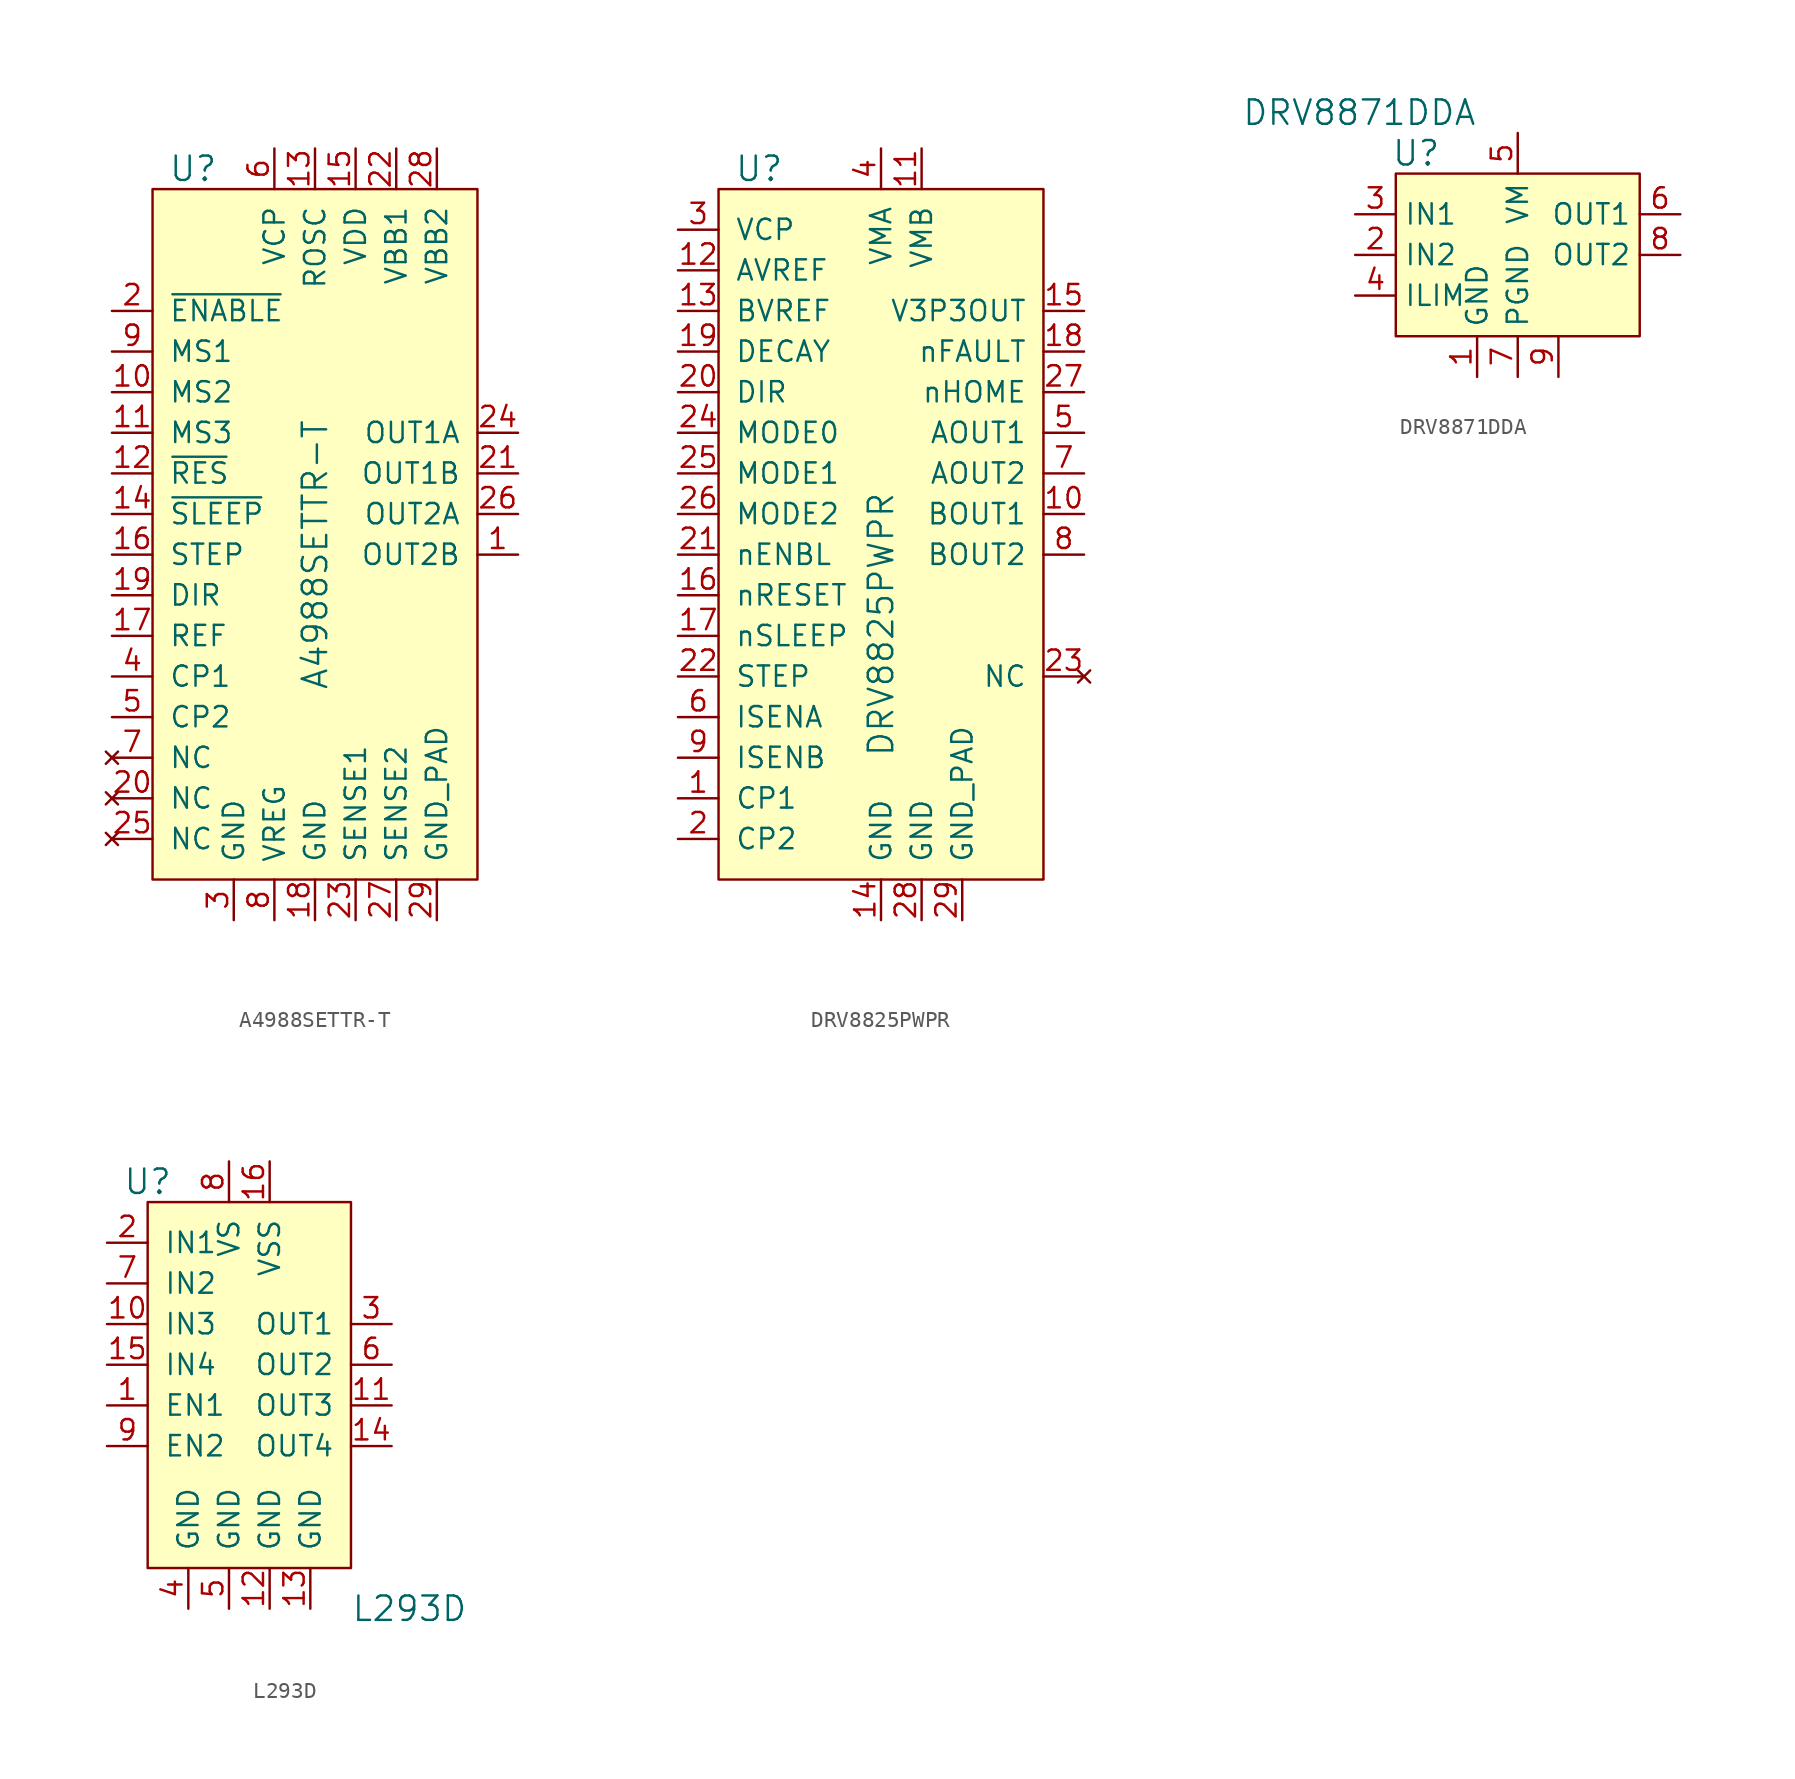
<source format=kicad_sym>
(kicad_symbol_lib
  (version 20231120)
  (generator "kicad_symbol_editor")
  (generator_version "8.0")
  (symbol "A4988SETTR-T"
    (pin_names
      (offset 1.016))
    (property "Reference" "U"
      (at -7.62 21.59 0)
      (effects (font (size 1.524 1.524))))
    (property "Value" "A4988SETTR-T"
      (at 0 -2.54 90)
      (effects (font (size 1.524 1.524))))
    (symbol "A4988SETTR-T_0_1"
      (rectangle (start -10.16 20.32) (end 10.16 -22.86) (stroke (width 0) (type default)) (fill (type background))))
    (symbol "A4988SETTR-T_1_1"
      (pin output line (at 12.7 -2.54 180) (length 2.54) (name "OUT2B" (effects (font (size 1.27 1.27)))) (number "1" (effects (font (size 1.27 1.27)))))
      (pin input line (at -12.7 7.62 0) (length 2.54) (name "MS2" (effects (font (size 1.27 1.27)))) (number "10" (effects (font (size 1.27 1.27)))))
      (pin input line (at -12.7 5.08 0) (length 2.54) (name "MS3" (effects (font (size 1.27 1.27)))) (number "11" (effects (font (size 1.27 1.27)))))
      (pin input line (at -12.7 2.54 0) (length 2.54) (name "~{RES}" (effects (font (size 1.27 1.27)))) (number "12" (effects (font (size 1.27 1.27)))))
      (pin power_in line (at 0 22.86 270) (length 2.54) (name "ROSC" (effects (font (size 1.27 1.27)))) (number "13" (effects (font (size 1.27 1.27)))))
      (pin input line (at -12.7 0 0) (length 2.54) (name "~{SLEEP}" (effects (font (size 1.27 1.27)))) (number "14" (effects (font (size 1.27 1.27)))))
      (pin power_in line (at 2.54 22.86 270) (length 2.54) (name "VDD" (effects (font (size 1.27 1.27)))) (number "15" (effects (font (size 1.27 1.27)))))
      (pin input line (at -12.7 -2.54 0) (length 2.54) (name "STEP" (effects (font (size 1.27 1.27)))) (number "16" (effects (font (size 1.27 1.27)))))
      (pin input line (at -12.7 -7.62 0) (length 2.54) (name "REF" (effects (font (size 1.27 1.27)))) (number "17" (effects (font (size 1.27 1.27)))))
      (pin power_in line (at 0 -25.4 90) (length 2.54) (name "GND" (effects (font (size 1.27 1.27)))) (number "18" (effects (font (size 1.27 1.27)))))
      (pin input line (at -12.7 -5.08 0) (length 2.54) (name "DIR" (effects (font (size 1.27 1.27)))) (number "19" (effects (font (size 1.27 1.27)))))
      (pin input line (at -12.7 12.7 0) (length 2.54) (name "~{ENABLE}" (effects (font (size 1.27 1.27)))) (number "2" (effects (font (size 1.27 1.27)))))
      (pin no_connect line (at -12.7 -17.78 0) (length 2.54) (name "NC" (effects (font (size 1.27 1.27)))) (number "20" (effects (font (size 1.27 1.27)))))
      (pin output line (at 12.7 2.54 180) (length 2.54) (name "OUT1B" (effects (font (size 1.27 1.27)))) (number "21" (effects (font (size 1.27 1.27)))))
      (pin power_in line (at 5.08 22.86 270) (length 2.54) (name "VBB1" (effects (font (size 1.27 1.27)))) (number "22" (effects (font (size 1.27 1.27)))))
      (pin power_in line (at 2.54 -25.4 90) (length 2.54) (name "SENSE1" (effects (font (size 1.27 1.27)))) (number "23" (effects (font (size 1.27 1.27)))))
      (pin output line (at 12.7 5.08 180) (length 2.54) (name "OUT1A" (effects (font (size 1.27 1.27)))) (number "24" (effects (font (size 1.27 1.27)))))
      (pin no_connect line (at -12.7 -20.32 0) (length 2.54) (name "NC" (effects (font (size 1.27 1.27)))) (number "25" (effects (font (size 1.27 1.27)))))
      (pin output line (at 12.7 0 180) (length 2.54) (name "OUT2A" (effects (font (size 1.27 1.27)))) (number "26" (effects (font (size 1.27 1.27)))))
      (pin power_in line (at 5.08 -25.4 90) (length 2.54) (name "SENSE2" (effects (font (size 1.27 1.27)))) (number "27" (effects (font (size 1.27 1.27)))))
      (pin power_in line (at 7.62 22.86 270) (length 2.54) (name "VBB2" (effects (font (size 1.27 1.27)))) (number "28" (effects (font (size 1.27 1.27)))))
      (pin power_in line (at 7.62 -25.4 90) (length 2.54) (name "GND_PAD" (effects (font (size 1.27 1.27)))) (number "29" (effects (font (size 1.27 1.27)))))
      (pin power_in line (at -5.08 -25.4 90) (length 2.54) (name "GND" (effects (font (size 1.27 1.27)))) (number "3" (effects (font (size 1.27 1.27)))))
      (pin passive line (at -12.7 -10.16 0) (length 2.54) (name "CP1" (effects (font (size 1.27 1.27)))) (number "4" (effects (font (size 1.27 1.27)))))
      (pin passive line (at -12.7 -12.7 0) (length 2.54) (name "CP2" (effects (font (size 1.27 1.27)))) (number "5" (effects (font (size 1.27 1.27)))))
      (pin power_in line (at -2.54 22.86 270) (length 2.54) (name "VCP" (effects (font (size 1.27 1.27)))) (number "6" (effects (font (size 1.27 1.27)))))
      (pin no_connect line (at -12.7 -15.24 0) (length 2.54) (name "NC" (effects (font (size 1.27 1.27)))) (number "7" (effects (font (size 1.27 1.27)))))
      (pin power_in line (at -2.54 -25.4 90) (length 2.54) (name "VREG" (effects (font (size 1.27 1.27)))) (number "8" (effects (font (size 1.27 1.27)))))
      (pin input line (at -12.7 10.16 0) (length 2.54) (name "MS1" (effects (font (size 1.27 1.27)))) (number "9" (effects (font (size 1.27 1.27)))))))
  (symbol "DRV8825PWPR"
    (pin_names
      (offset 1.016))
    (property "Reference" "U"
      (at -5.08 16.51 0)
      (effects (font (size 1.524 1.524))))
    (property "Value" "DRV8825PWPR"
      (at 2.54 -20.32 90)
      (effects (font (size 1.524 1.524)) (justify left)))
    (symbol "DRV8825PWPR_0_1"
      (rectangle (start -7.62 15.24) (end 12.7 -27.94) (stroke (width 0) (type default)) (fill (type background))))
    (symbol "DRV8825PWPR_1_1"
      (pin passive line (at -10.16 -22.86 0) (length 2.54) (name "CP1" (effects (font (size 1.27 1.27)))) (number "1" (effects (font (size 1.27 1.27)))))
      (pin output line (at 15.24 -5.08 180) (length 2.54) (name "BOUT1" (effects (font (size 1.27 1.27)))) (number "10" (effects (font (size 1.27 1.27)))))
      (pin power_in line (at 5.08 17.78 270) (length 2.54) (name "VMB" (effects (font (size 1.27 1.27)))) (number "11" (effects (font (size 1.27 1.27)))))
      (pin input line (at -10.16 10.16 0) (length 2.54) (name "AVREF" (effects (font (size 1.27 1.27)))) (number "12" (effects (font (size 1.27 1.27)))))
      (pin input line (at -10.16 7.62 0) (length 2.54) (name "BVREF" (effects (font (size 1.27 1.27)))) (number "13" (effects (font (size 1.27 1.27)))))
      (pin power_in line (at 2.54 -30.48 90) (length 2.54) (name "GND" (effects (font (size 1.27 1.27)))) (number "14" (effects (font (size 1.27 1.27)))))
      (pin output line (at 15.24 7.62 180) (length 2.54) (name "V3P3OUT" (effects (font (size 1.27 1.27)))) (number "15" (effects (font (size 1.27 1.27)))))
      (pin input line (at -10.16 -10.16 0) (length 2.54) (name "nRESET" (effects (font (size 1.27 1.27)))) (number "16" (effects (font (size 1.27 1.27)))))
      (pin input line (at -10.16 -12.7 0) (length 2.54) (name "nSLEEP" (effects (font (size 1.27 1.27)))) (number "17" (effects (font (size 1.27 1.27)))))
      (pin output line (at 15.24 5.08 180) (length 2.54) (name "nFAULT" (effects (font (size 1.27 1.27)))) (number "18" (effects (font (size 1.27 1.27)))))
      (pin input line (at -10.16 5.08 0) (length 2.54) (name "DECAY" (effects (font (size 1.27 1.27)))) (number "19" (effects (font (size 1.27 1.27)))))
      (pin passive line (at -10.16 -25.4 0) (length 2.54) (name "CP2" (effects (font (size 1.27 1.27)))) (number "2" (effects (font (size 1.27 1.27)))))
      (pin input line (at -10.16 2.54 0) (length 2.54) (name "DIR" (effects (font (size 1.27 1.27)))) (number "20" (effects (font (size 1.27 1.27)))))
      (pin input line (at -10.16 -7.62 0) (length 2.54) (name "nENBL" (effects (font (size 1.27 1.27)))) (number "21" (effects (font (size 1.27 1.27)))))
      (pin input line (at -10.16 -15.24 0) (length 2.54) (name "STEP" (effects (font (size 1.27 1.27)))) (number "22" (effects (font (size 1.27 1.27)))))
      (pin no_connect line (at 15.24 -15.24 180) (length 2.54) (name "NC" (effects (font (size 1.27 1.27)))) (number "23" (effects (font (size 1.27 1.27)))))
      (pin input line (at -10.16 0 0) (length 2.54) (name "MODE0" (effects (font (size 1.27 1.27)))) (number "24" (effects (font (size 1.27 1.27)))))
      (pin input line (at -10.16 -2.54 0) (length 2.54) (name "MODE1" (effects (font (size 1.27 1.27)))) (number "25" (effects (font (size 1.27 1.27)))))
      (pin input line (at -10.16 -5.08 0) (length 2.54) (name "MODE2" (effects (font (size 1.27 1.27)))) (number "26" (effects (font (size 1.27 1.27)))))
      (pin output line (at 15.24 2.54 180) (length 2.54) (name "nHOME" (effects (font (size 1.27 1.27)))) (number "27" (effects (font (size 1.27 1.27)))))
      (pin power_in line (at 5.08 -30.48 90) (length 2.54) (name "GND" (effects (font (size 1.27 1.27)))) (number "28" (effects (font (size 1.27 1.27)))))
      (pin power_in line (at 7.62 -30.48 90) (length 2.54) (name "GND_PAD" (effects (font (size 1.27 1.27)))) (number "29" (effects (font (size 1.27 1.27)))))
      (pin bidirectional line (at -10.16 12.7 0) (length 2.54) (name "VCP" (effects (font (size 1.27 1.27)))) (number "3" (effects (font (size 1.27 1.27)))))
      (pin power_in line (at 2.54 17.78 270) (length 2.54) (name "VMA" (effects (font (size 1.27 1.27)))) (number "4" (effects (font (size 1.27 1.27)))))
      (pin output line (at 15.24 0 180) (length 2.54) (name "AOUT1" (effects (font (size 1.27 1.27)))) (number "5" (effects (font (size 1.27 1.27)))))
      (pin bidirectional line (at -10.16 -17.78 0) (length 2.54) (name "ISENA" (effects (font (size 1.27 1.27)))) (number "6" (effects (font (size 1.27 1.27)))))
      (pin output line (at 15.24 -2.54 180) (length 2.54) (name "AOUT2" (effects (font (size 1.27 1.27)))) (number "7" (effects (font (size 1.27 1.27)))))
      (pin output line (at 15.24 -7.62 180) (length 2.54) (name "BOUT2" (effects (font (size 1.27 1.27)))) (number "8" (effects (font (size 1.27 1.27)))))
      (pin bidirectional line (at -10.16 -20.32 0) (length 2.54) (name "ISENB" (effects (font (size 1.27 1.27)))) (number "9" (effects (font (size 1.27 1.27)))))))
  (symbol "DRV8871DDA"
    (property "Reference" "U"
      (at -6.35 3.81 0)
      (effects (font (size 1.524 1.524))))
    (property "Value" "DRV8871DDA"
      (at -2.54 6.35 0)
      (effects (font (size 1.524 1.524)) (justify right)))
    (symbol "DRV8871DDA_0_1"
      (rectangle (start -7.62 2.54) (end 7.62 -7.62) (stroke (width 0) (type default)) (fill (type background))))
    (symbol "DRV8871DDA_1_1"
      (pin power_in line (at -2.54 -10.16 90) (length 2.54) (name "GND" (effects (font (size 1.27 1.27)))) (number "1" (effects (font (size 1.27 1.27)))))
      (pin input line (at -10.16 -2.54 0) (length 2.54) (name "IN2" (effects (font (size 1.27 1.27)))) (number "2" (effects (font (size 1.27 1.27)))))
      (pin input line (at -10.16 0 0) (length 2.54) (name "IN1" (effects (font (size 1.27 1.27)))) (number "3" (effects (font (size 1.27 1.27)))))
      (pin input line (at -10.16 -5.08 0) (length 2.54) (name "ILIM" (effects (font (size 1.27 1.27)))) (number "4" (effects (font (size 1.27 1.27)))))
      (pin power_in line (at 0 5.08 270) (length 2.54) (name "VM" (effects (font (size 1.27 1.27)))) (number "5" (effects (font (size 1.27 1.27)))))
      (pin output line (at 10.16 0 180) (length 2.54) (name "OUT1" (effects (font (size 1.27 1.27)))) (number "6" (effects (font (size 1.27 1.27)))))
      (pin power_in line (at 0 -10.16 90) (length 2.54) (name "PGND" (effects (font (size 1.27 1.27)))) (number "7" (effects (font (size 1.27 1.27)))))
      (pin output line (at 10.16 -2.54 180) (length 2.54) (name "OUT2" (effects (font (size 1.27 1.27)))) (number "8" (effects (font (size 1.27 1.27)))))
      (pin unspecified line (at 2.54 -10.16 90) (length 2.54) (name "~" (effects (font (size 1.27 1.27)))) (number "9" (effects (font (size 1.27 1.27)))))))
  (symbol "L293D"
    (pin_names
      (offset 1.016))
    (property "Reference" "U"
      (at -5.08 11.43 0)
      (effects (font (size 1.524 1.524))))
    (property "Value" "L293D"
      (at 7.62 -15.24 0)
      (effects (font (size 1.524 1.524)) (justify left)))
    (symbol "L293D_0_1"
      (rectangle (start -5.08 10.16) (end 7.62 -12.7) (stroke (width 0) (type default)) (fill (type background))))
    (symbol "L293D_1_1"
      (pin input line (at -7.62 -2.54 0) (length 2.54) (name "EN1" (effects (font (size 1.27 1.27)))) (number "1" (effects (font (size 1.27 1.27)))))
      (pin input line (at -7.62 2.54 0) (length 2.54) (name "IN3" (effects (font (size 1.27 1.27)))) (number "10" (effects (font (size 1.27 1.27)))))
      (pin output line (at 10.16 -2.54 180) (length 2.54) (name "OUT3" (effects (font (size 1.27 1.27)))) (number "11" (effects (font (size 1.27 1.27)))))
      (pin power_in line (at 2.54 -15.24 90) (length 2.54) (name "GND" (effects (font (size 1.27 1.27)))) (number "12" (effects (font (size 1.27 1.27)))))
      (pin power_in line (at 5.08 -15.24 90) (length 2.54) (name "GND" (effects (font (size 1.27 1.27)))) (number "13" (effects (font (size 1.27 1.27)))))
      (pin output line (at 10.16 -5.08 180) (length 2.54) (name "OUT4" (effects (font (size 1.27 1.27)))) (number "14" (effects (font (size 1.27 1.27)))))
      (pin input line (at -7.62 0 0) (length 2.54) (name "IN4" (effects (font (size 1.27 1.27)))) (number "15" (effects (font (size 1.27 1.27)))))
      (pin power_in line (at 2.54 12.7 270) (length 2.54) (name "VSS" (effects (font (size 1.27 1.27)))) (number "16" (effects (font (size 1.27 1.27)))))
      (pin input line (at -7.62 7.62 0) (length 2.54) (name "IN1" (effects (font (size 1.27 1.27)))) (number "2" (effects (font (size 1.27 1.27)))))
      (pin output line (at 10.16 2.54 180) (length 2.54) (name "OUT1" (effects (font (size 1.27 1.27)))) (number "3" (effects (font (size 1.27 1.27)))))
      (pin power_in line (at -2.54 -15.24 90) (length 2.54) (name "GND" (effects (font (size 1.27 1.27)))) (number "4" (effects (font (size 1.27 1.27)))))
      (pin power_in line (at 0 -15.24 90) (length 2.54) (name "GND" (effects (font (size 1.27 1.27)))) (number "5" (effects (font (size 1.27 1.27)))))
      (pin output line (at 10.16 0 180) (length 2.54) (name "OUT2" (effects (font (size 1.27 1.27)))) (number "6" (effects (font (size 1.27 1.27)))))
      (pin input line (at -7.62 5.08 0) (length 2.54) (name "IN2" (effects (font (size 1.27 1.27)))) (number "7" (effects (font (size 1.27 1.27)))))
      (pin power_in line (at 0 12.7 270) (length 2.54) (name "VS" (effects (font (size 1.27 1.27)))) (number "8" (effects (font (size 1.27 1.27)))))
      (pin input line (at -7.62 -5.08 0) (length 2.54) (name "EN2" (effects (font (size 1.27 1.27)))) (number "9" (effects (font (size 1.27 1.27))))))))
</source>
